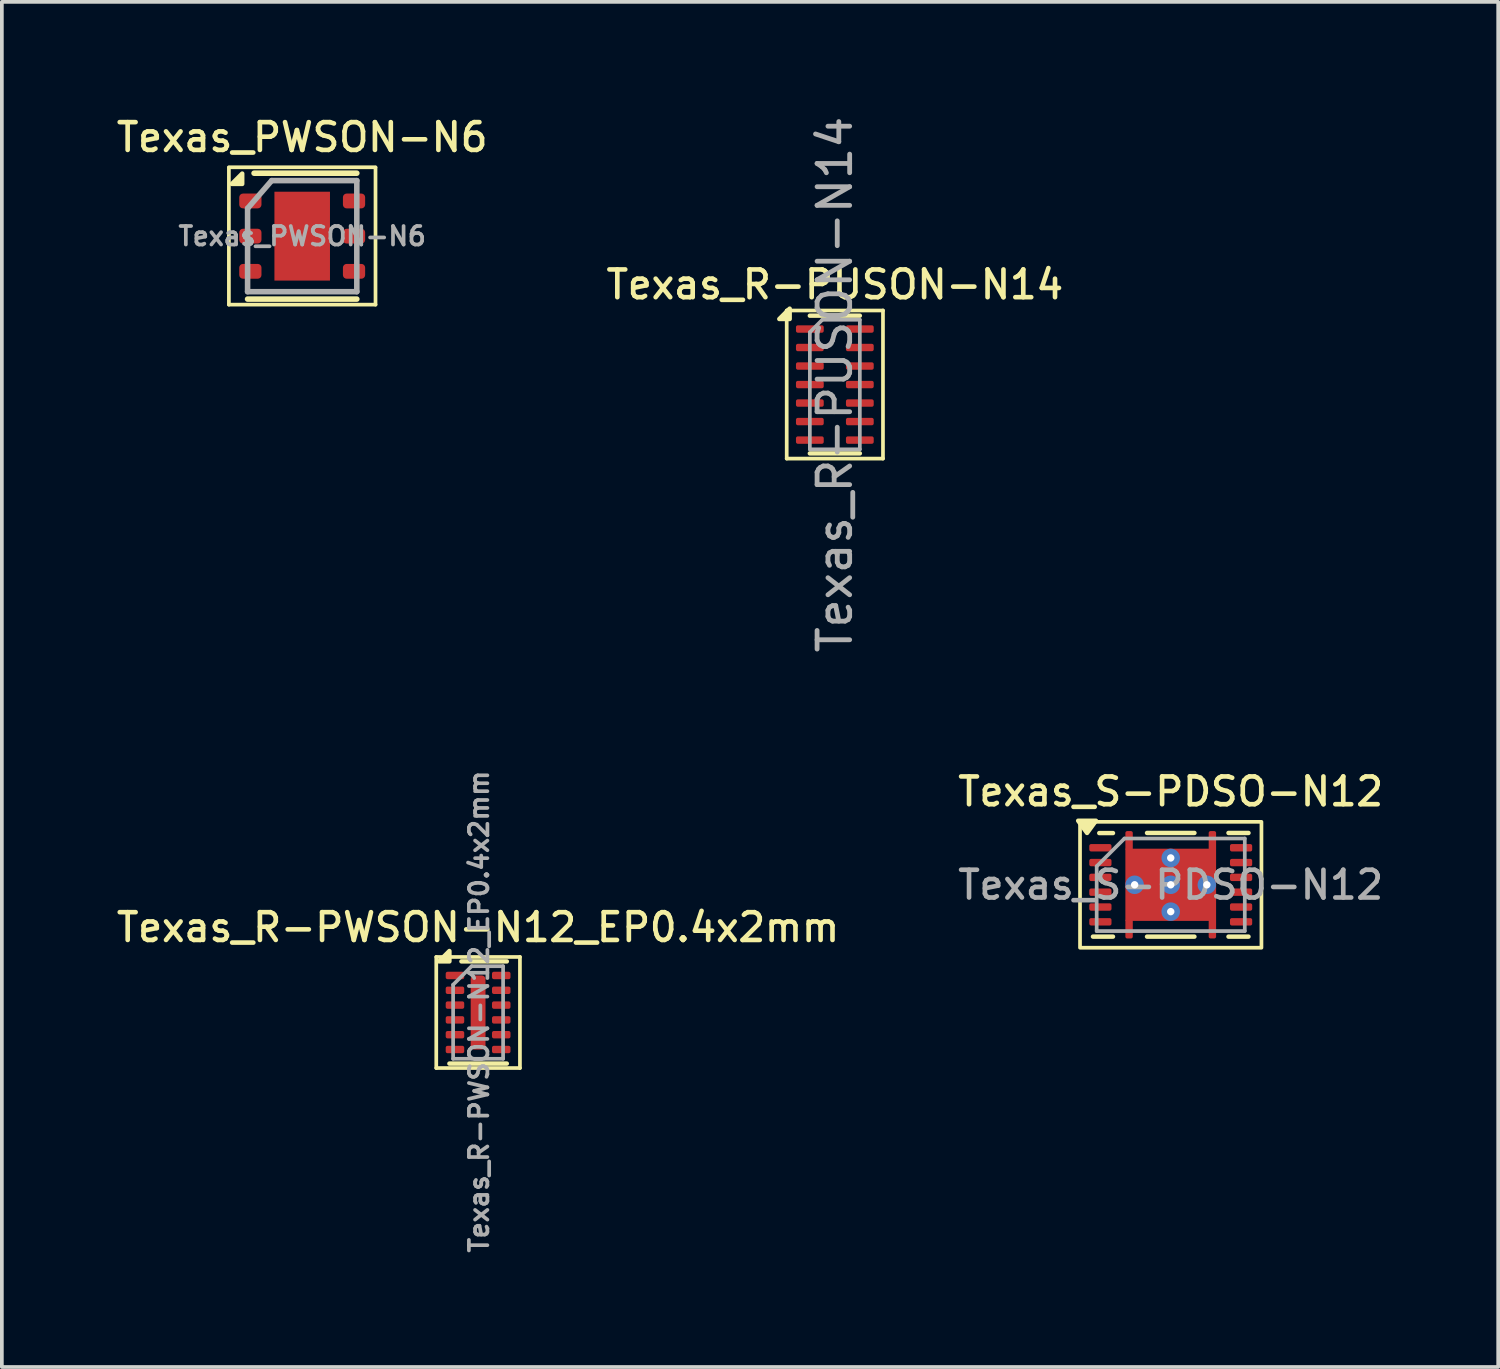
<source format=kicad_pcb>
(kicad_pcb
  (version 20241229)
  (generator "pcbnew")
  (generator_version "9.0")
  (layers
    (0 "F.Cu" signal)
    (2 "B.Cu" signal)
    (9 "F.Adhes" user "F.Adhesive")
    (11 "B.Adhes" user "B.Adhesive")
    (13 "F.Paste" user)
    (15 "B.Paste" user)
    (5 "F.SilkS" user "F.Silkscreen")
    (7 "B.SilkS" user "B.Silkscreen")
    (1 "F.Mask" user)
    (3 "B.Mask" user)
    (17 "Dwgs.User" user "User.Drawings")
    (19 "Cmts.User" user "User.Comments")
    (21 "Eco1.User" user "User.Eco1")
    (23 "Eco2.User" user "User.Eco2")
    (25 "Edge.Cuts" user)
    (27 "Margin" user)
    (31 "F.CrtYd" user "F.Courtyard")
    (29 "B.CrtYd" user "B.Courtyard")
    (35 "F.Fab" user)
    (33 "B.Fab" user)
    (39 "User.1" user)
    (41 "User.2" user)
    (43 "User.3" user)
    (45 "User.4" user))
  (footprint "Texas_R-PWSON-N12_EP0.4x2mm"
    (layer "F.Cu")
    (at 9.863 24.296)
    (property "Reference" "Texas_R-PWSON-N12_EP0.4x2mm" (at 0 -2.3 0) (layer "F.SilkS") (effects (font (size 0.75 0.75) (thickness 0.125))))
    (attr smd)
    (fp_line (start -1.13 -1.5) (end -1.13 1.5) (stroke (width 0.1) (type solid)) (layer "F.SilkS"))
    (fp_line (start -1.13 -1.5) (end 1.13 -1.5) (stroke (width 0.1) (type solid)) (layer "F.SilkS"))
    (fp_line (start -1.13 1.5) (end 1.13 1.5) (stroke (width 0.1) (type solid)) (layer "F.SilkS"))
    (fp_line (start 0.775 -1.38) (end -0.45 -1.38) (stroke (width 0.12) (type solid)) (layer "F.SilkS"))
    (fp_line (start 0.775 1.38) (end -0.775 1.38) (stroke (width 0.12) (type solid)) (layer "F.SilkS"))
    (fp_line (start 1.13 -1.5) (end 1.13 1.5) (stroke (width 0.1) (type solid)) (layer "F.SilkS"))
    (fp_poly (pts (xy -0.775 -1.38) (xy -1.055 -1.38) (xy -0.775 -1.66) (xy -0.775 -1.38)) (stroke (width 0.12) (type solid)) (fill yes) (layer "F.SilkS"))
    (fp_line (start -0.675 -0.75) (end -0.675 1.25) (stroke (width 0.1) (type solid)) (layer "F.Fab"))
    (fp_line (start -0.675 1.25) (end 0.675 1.25) (stroke (width 0.1) (type solid)) (layer "F.Fab"))
    (fp_line (start -0.175 -1.25) (end -0.675 -0.75) (stroke (width 0.1) (type solid)) (layer "F.Fab"))
    (fp_line (start -0.175 -1.25) (end 0.675 -1.25) (stroke (width 0.1) (type solid)) (layer "F.Fab"))
    (fp_line (start 0.675 -1.25) (end 0.675 1.25) (stroke (width 0.1) (type solid)) (layer "F.Fab"))
    (fp_text user "${REFERENCE}" (at 0.025 -0.025 90) (layer "F.Fab") (effects (font (size 0.5 0.5) (thickness 0.1))))
    (pad "" smd roundrect (at 0 -0.68) (size 0.3 0.55) (layers "F.Paste") (roundrect_rratio 0.25))
    (pad "" smd roundrect (at 0 0) (size 0.3 0.55) (layers "F.Paste") (roundrect_rratio 0.25))
    (pad "" smd roundrect (at 0 0.68) (size 0.3 0.55) (layers "F.Paste") (roundrect_rratio 0.25))
    (pad "1" smd roundrect (at -0.625 -1 90) (size 0.2 0.5) (layers "F.Cu" "F.Mask" "F.Paste") (roundrect_rratio 0.25))
    (pad "2" smd roundrect (at -0.625 -0.6 90) (size 0.2 0.5) (layers "F.Cu" "F.Mask" "F.Paste") (roundrect_rratio 0.25))
    (pad "3" smd roundrect (at -0.625 -0.2 90) (size 0.2 0.5) (layers "F.Cu" "F.Mask" "F.Paste") (roundrect_rratio 0.25))
    (pad "4" smd roundrect (at -0.625 0.2 90) (size 0.2 0.5) (layers "F.Cu" "F.Mask" "F.Paste") (roundrect_rratio 0.25))
    (pad "5" smd roundrect (at -0.625 0.6 90) (size 0.2 0.5) (layers "F.Cu" "F.Mask" "F.Paste") (roundrect_rratio 0.25))
    (pad "6" smd roundrect (at -0.625 1 90) (size 0.2 0.5) (layers "F.Cu" "F.Mask" "F.Paste") (roundrect_rratio 0.25))
    (pad "7" smd roundrect (at 0.625 1 90) (size 0.2 0.5) (layers "F.Cu" "F.Mask" "F.Paste") (roundrect_rratio 0.25))
    (pad "8" smd roundrect (at 0.625 0.6 90) (size 0.2 0.5) (layers "F.Cu" "F.Mask" "F.Paste") (roundrect_rratio 0.25))
    (pad "9" smd roundrect (at 0.625 0.2 90) (size 0.2 0.5) (layers "F.Cu" "F.Mask" "F.Paste") (roundrect_rratio 0.25))
    (pad "10" smd roundrect (at 0.625 -0.2 90) (size 0.2 0.5) (layers "F.Cu" "F.Mask" "F.Paste") (roundrect_rratio 0.25))
    (pad "11" smd roundrect (at 0.625 -0.6 90) (size 0.2 0.5) (layers "F.Cu" "F.Mask" "F.Paste") (roundrect_rratio 0.25))
    (pad "12" smd roundrect (at 0.625 -1 90) (size 0.2 0.5) (layers "F.Cu" "F.Mask" "F.Paste") (roundrect_rratio 0.25))
    (pad "13" smd roundrect (at 0 0) (size 0.4 2) (layers "F.Cu" "F.Mask") (roundrect_rratio 0.25)))
  (footprint "Texas_S-PDSO-N12"
    (layer "F.Cu")
    (at 28.57 20.847)
    (property "Reference" "Texas_S-PDSO-N12" (at -0.001 -2.517 0) (layer "F.SilkS") (effects (font (size 0.75 0.75) (thickness 0.125))))
    (attr smd)
    (fp_line (start -1.56 -1.397) (end -1.93 -1.397) (stroke (width 0.12) (type solid)) (layer "F.SilkS"))
    (fp_line (start -1.56 1.4) (end -2.1 1.4) (stroke (width 0.12) (type solid)) (layer "F.SilkS"))
    (fp_line (start 0.64 -1.4) (end -0.64 -1.4) (stroke (width 0.12) (type solid)) (layer "F.SilkS"))
    (fp_line (start 0.64 1.4) (end -0.64 1.4) (stroke (width 0.12) (type solid)) (layer "F.SilkS"))
    (fp_line (start 1.56 -1.4) (end 2.1 -1.4) (stroke (width 0.12) (type solid)) (layer "F.SilkS"))
    (fp_line (start 1.56 1.4) (end 2.1 1.4) (stroke (width 0.12) (type solid)) (layer "F.SilkS"))
    (fp_rect (start -2.45 -1.7) (end 2.45 1.7) (stroke (width 0.1) (type default)) (fill no) (layer "F.SilkS"))
    (fp_poly (pts (xy -2.26 -1.4) (xy -2.5 -1.73) (xy -2.02 -1.73) (xy -2.26 -1.4)) (stroke (width 0.12) (type solid)) (fill yes) (layer "F.SilkS"))
    (fp_line (start -2 -0.5) (end -2 1.25) (stroke (width 0.1) (type solid)) (layer "F.Fab"))
    (fp_line (start -2 -0.5) (end -1.25 -1.25) (stroke (width 0.1) (type solid)) (layer "F.Fab"))
    (fp_line (start -2 1.25) (end 2 1.25) (stroke (width 0.1) (type solid)) (layer "F.Fab"))
    (fp_line (start -1.25 -1.25) (end 2 -1.25) (stroke (width 0.1) (type solid)) (layer "F.Fab"))
    (fp_line (start 2 1.25) (end 2 -1.25) (stroke (width 0.1) (type solid)) (layer "F.Fab"))
    (fp_text user "${REFERENCE}" (at -0.001 0.003 0) (layer "F.Fab") (effects (font (size 0.75 0.75) (thickness 0.125))))
    (pad "" smd roundrect (at -1.125 -1.262) (size 0.2 0.375) (layers "F.Paste") (roundrect_rratio 0.25))
    (pad "" smd roundrect (at -1.125 1.262) (size 0.2 0.375) (layers "F.Paste") (roundrect_rratio 0.25))
    (pad "" smd roundrect (at -0.64 0) (size 1.08 1.75) (layers "F.Paste") (roundrect_rratio 0.25))
    (pad "" smd roundrect (at 0.64 0) (size 1.08 1.75) (layers "F.Paste") (roundrect_rratio 0.25))
    (pad "" smd roundrect (at 1.125 -1.262) (size 0.2 0.375) (layers "F.Paste") (roundrect_rratio 0.25))
    (pad "" smd roundrect (at 1.125 1.262) (size 0.2 0.375) (layers "F.Paste") (roundrect_rratio 0.25))
    (pad "1" smd roundrect (at -1.9 -1) (size 0.6 0.2) (layers "F.Cu" "F.Mask" "F.Paste") (roundrect_rratio 0.25) (chamfer_ratio 0.2) (chamfer))
    (pad "2" smd roundrect (at -1.9 -0.6) (size 0.6 0.2) (layers "F.Cu" "F.Mask" "F.Paste") (roundrect_rratio 0.25) (chamfer_ratio 0.2) (chamfer))
    (pad "3" smd roundrect (at -1.9 -0.2) (size 0.6 0.2) (layers "F.Cu" "F.Mask" "F.Paste") (roundrect_rratio 0.25) (chamfer_ratio 0.2) (chamfer))
    (pad "4" smd roundrect (at -1.9 0.2) (size 0.6 0.2) (layers "F.Cu" "F.Mask" "F.Paste") (roundrect_rratio 0.25) (chamfer_ratio 0.2) (chamfer))
    (pad "5" smd roundrect (at -1.9 0.6) (size 0.6 0.2) (layers "F.Cu" "F.Mask" "F.Paste") (roundrect_rratio 0.25) (chamfer_ratio 0.2) (chamfer))
    (pad "6" smd roundrect (at -1.9 1) (size 0.6 0.2) (layers "F.Cu" "F.Mask" "F.Paste") (roundrect_rratio 0.25) (chamfer_ratio 0.2) (chamfer))
    (pad "7" smd roundrect (at 1.9 1) (size 0.6 0.2) (layers "F.Cu" "F.Mask" "F.Paste") (roundrect_rratio 0.25) (chamfer_ratio 0.2) (chamfer))
    (pad "8" smd roundrect (at 1.9 0.6) (size 0.6 0.2) (layers "F.Cu" "F.Mask" "F.Paste") (roundrect_rratio 0.25) (chamfer_ratio 0.2) (chamfer))
    (pad "9" smd roundrect (at 1.9 0.2) (size 0.6 0.2) (layers "F.Cu" "F.Mask" "F.Paste") (roundrect_rratio 0.25) (chamfer_ratio 0.2) (chamfer))
    (pad "10" smd roundrect (at 1.9 -0.2) (size 0.6 0.2) (layers "F.Cu" "F.Mask" "F.Paste") (roundrect_rratio 0.25) (chamfer_ratio 0.2) (chamfer))
    (pad "11" smd roundrect (at 1.9 -0.6) (size 0.6 0.2) (layers "F.Cu" "F.Mask" "F.Paste") (roundrect_rratio 0.25) (chamfer_ratio 0.2) (chamfer))
    (pad "12" smd roundrect (at 1.9 -1) (size 0.6 0.2) (layers "F.Cu" "F.Mask" "F.Paste") (roundrect_rratio 0.25) (chamfer_ratio 0.2) (chamfer))
    (pad "13" smd roundrect (at -1.125 -1.188 270) (size 0.525 0.2) (layers "F.Cu" "F.Mask") (roundrect_rratio 0.25))
    (pad "13" smd roundrect (at -1.125 1.188 270) (size 0.525 0.2) (layers "F.Cu" "F.Mask") (roundrect_rratio 0.25))
    (pad "13" thru_hole circle (at -0.975 0) (size 0.5 0.5) (drill 0.2) (property pad_prop_heatsink) (layers "*.Cu"))
    (pad "13" thru_hole circle (at 0 -0.725) (size 0.5 0.5) (drill 0.2) (property pad_prop_heatsink) (layers "*.Cu"))
    (pad "13" thru_hole circle (at 0 0) (size 0.5 0.5) (drill 0.2) (property pad_prop_heatsink) (layers "*.Cu"))
    (pad "13" smd rect (at 0 0 270) (size 1.95 2.45) (layers "F.Cu" "F.Mask"))
    (pad "13" thru_hole circle (at 0 0.725) (size 0.5 0.5) (drill 0.2) (property pad_prop_heatsink) (layers "*.Cu"))
    (pad "13" thru_hole circle (at 0.975 0) (size 0.5 0.5) (drill 0.2) (property pad_prop_heatsink) (layers "*.Cu"))
    (pad "13" smd roundrect (at 1.125 -1.188 270) (size 0.525 0.2) (layers "F.Cu" "F.Mask") (roundrect_rratio 0.25))
    (pad "13" smd roundrect (at 1.125 1.188 270) (size 0.525 0.2) (layers "F.Cu" "F.Mask") (roundrect_rratio 0.25)))
  (footprint "Texas_PWSON-N6"
    (layer "F.Cu")
    (at 5.112 3.328)
    (property "Reference" "Texas_PWSON-N6" (at 0 -2.67 0) (layer "F.SilkS") (effects (font (size 0.75 0.75) (thickness 0.125))))
    (attr smd)
    (fp_line (start -1.98 -1.86) (end 1.98 -1.86) (stroke (width 0.1) (type solid)) (layer "F.SilkS"))
    (fp_line (start -1.98 1.85) (end -1.98 -1.85) (stroke (width 0.1) (type solid)) (layer "F.SilkS"))
    (fp_line (start -1.98 1.85) (end 1.98 1.85) (stroke (width 0.1) (type solid)) (layer "F.SilkS"))
    (fp_line (start 1.475 -1.7) (end -1.3 -1.7) (stroke (width 0.15) (type solid)) (layer "F.SilkS"))
    (fp_line (start 1.475 1.7) (end -1.475 1.7) (stroke (width 0.15) (type solid)) (layer "F.SilkS"))
    (fp_line (start 1.98 1.85) (end 1.98 -1.85) (stroke (width 0.1) (type solid)) (layer "F.SilkS"))
    (fp_poly (pts (xy -1.62 -1.41) (xy -1.9 -1.41) (xy -1.62 -1.69) (xy -1.62 -1.41)) (stroke (width 0.12) (type solid)) (fill yes) (layer "F.SilkS"))
    (fp_line (start -1.475 -0.75) (end -0.825 -1.5) (stroke (width 0.15) (type solid)) (layer "F.Fab"))
    (fp_line (start -1.475 1.5) (end -1.475 -0.75) (stroke (width 0.15) (type solid)) (layer "F.Fab"))
    (fp_line (start 1.475 -1.5) (end -0.825 -1.5) (stroke (width 0.15) (type solid)) (layer "F.Fab"))
    (fp_line (start 1.475 -1.5) (end 1.475 1.5) (stroke (width 0.15) (type solid)) (layer "F.Fab"))
    (fp_line (start 1.475 1.5) (end -1.475 1.5) (stroke (width 0.15) (type solid)) (layer "F.Fab"))
    (fp_text user "${REFERENCE}" (at 0 0 0) (layer "F.Fab") (effects (font (size 0.5 0.5) (thickness 0.1))))
    (pad "" smd roundrect (at -0.4 -0.65) (size 0.6 1) (layers "F.Paste") (roundrect_rratio 0.25))
    (pad "" smd roundrect (at -0.4 0.65) (size 0.6 1) (layers "F.Paste") (roundrect_rratio 0.25))
    (pad "" smd roundrect (at 0.4 -0.65) (size 0.6 1) (layers "F.Paste") (roundrect_rratio 0.25))
    (pad "" smd roundrect (at 0.4 0.65) (size 0.6 1) (layers "F.Paste") (roundrect_rratio 0.25))
    (pad "1" smd roundrect (at -1.4 -0.95) (size 0.6 0.4) (layers "F.Cu" "F.Mask" "F.Paste") (roundrect_rratio 0.25))
    (pad "2" smd roundrect (at -1.4 0) (size 0.6 0.4) (layers "F.Cu" "F.Mask" "F.Paste") (roundrect_rratio 0.25))
    (pad "3" smd roundrect (at -1.4 0.95) (size 0.6 0.4) (layers "F.Cu" "F.Mask" "F.Paste") (roundrect_rratio 0.25))
    (pad "4" smd roundrect (at 1.4 0.95) (size 0.6 0.4) (layers "F.Cu" "F.Mask" "F.Paste") (roundrect_rratio 0.25))
    (pad "5" smd roundrect (at 1.4 0) (size 0.6 0.4) (layers "F.Cu" "F.Mask" "F.Paste") (roundrect_rratio 0.25))
    (pad "6" smd roundrect (at 1.4 -0.95) (size 0.6 0.4) (layers "F.Cu" "F.Mask" "F.Paste") (roundrect_rratio 0.25))
    (pad "7" smd rect (at 0 0) (size 1.5 2.4) (layers "F.Cu" "F.Mask")))
  (footprint "Texas_R-PUSON-N14"
    (layer "F.Cu")
    (at 19.498 7.336)
    (property "Reference" "Texas_R-PUSON-N14" (at 0 -2.7 0) (layer "F.SilkS") (effects (font (size 0.75 0.75) (thickness 0.125))))
    (attr smd)
    (fp_line (start -1.3 -2) (end -1.3 2) (stroke (width 0.1) (type solid)) (layer "F.SilkS"))
    (fp_line (start -1.3 2) (end 1.3 2) (stroke (width 0.1) (type solid)) (layer "F.SilkS"))
    (fp_line (start -0.675 -1.86) (end 0.675 -1.86) (stroke (width 0.12) (type solid)) (layer "F.SilkS"))
    (fp_line (start -0.675 1.86) (end 0.675 1.86) (stroke (width 0.12) (type solid)) (layer "F.SilkS"))
    (fp_line (start 1.3 -2) (end -1.3 -2) (stroke (width 0.1) (type solid)) (layer "F.SilkS"))
    (fp_line (start 1.3 2) (end 1.3 -2) (stroke (width 0.1) (type solid)) (layer "F.SilkS"))
    (fp_poly (pts (xy -1.22 -1.77) (xy -1.5 -1.77) (xy -1.22 -2.05) (xy -1.22 -1.77)) (stroke (width 0.12) (type solid)) (fill yes) (layer "F.SilkS"))
    (fp_line (start -0.675 -1.413) (end -0.338 -1.75) (stroke (width 0.1) (type solid)) (layer "F.Fab"))
    (fp_line (start -0.675 1.75) (end -0.675 -1.413) (stroke (width 0.1) (type solid)) (layer "F.Fab"))
    (fp_line (start -0.338 -1.75) (end 0.675 -1.75) (stroke (width 0.1) (type solid)) (layer "F.Fab"))
    (fp_line (start 0.675 -1.75) (end 0.675 1.75) (stroke (width 0.1) (type solid)) (layer "F.Fab"))
    (fp_line (start 0.675 1.75) (end -0.675 1.75) (stroke (width 0.1) (type solid)) (layer "F.Fab"))
    (fp_text user "${REFERENCE}" (at 0 0 90) (layer "F.Fab") (effects (font (size 0.88 0.88) (thickness 0.13))))
    (pad "1" smd roundrect (at -0.675 -1.5) (size 0.75 0.2) (layers "F.Cu" "F.Mask" "F.Paste") (roundrect_rratio 0.25))
    (pad "2" smd roundrect (at -0.675 -1) (size 0.75 0.2) (layers "F.Cu" "F.Mask" "F.Paste") (roundrect_rratio 0.25))
    (pad "3" smd roundrect (at -0.675 -0.5) (size 0.75 0.2) (layers "F.Cu" "F.Mask" "F.Paste") (roundrect_rratio 0.25))
    (pad "4" smd roundrect (at -0.675 0) (size 0.75 0.2) (layers "F.Cu" "F.Mask" "F.Paste") (roundrect_rratio 0.25))
    (pad "5" smd roundrect (at -0.675 0.5) (size 0.75 0.2) (layers "F.Cu" "F.Mask" "F.Paste") (roundrect_rratio 0.25))
    (pad "6" smd roundrect (at -0.675 1) (size 0.75 0.2) (layers "F.Cu" "F.Mask" "F.Paste") (roundrect_rratio 0.25))
    (pad "7" smd roundrect (at -0.675 1.5) (size 0.75 0.2) (layers "F.Cu" "F.Mask" "F.Paste") (roundrect_rratio 0.25))
    (pad "8" smd roundrect (at 0.675 1.5) (size 0.75 0.2) (layers "F.Cu" "F.Mask" "F.Paste") (roundrect_rratio 0.25))
    (pad "9" smd roundrect (at 0.675 1) (size 0.75 0.2) (layers "F.Cu" "F.Mask" "F.Paste") (roundrect_rratio 0.25))
    (pad "10" smd roundrect (at 0.675 0.5) (size 0.75 0.2) (layers "F.Cu" "F.Mask" "F.Paste") (roundrect_rratio 0.25))
    (pad "11" smd roundrect (at 0.675 0) (size 0.75 0.2) (layers "F.Cu" "F.Mask" "F.Paste") (roundrect_rratio 0.25))
    (pad "12" smd roundrect (at 0.675 -0.5) (size 0.75 0.2) (layers "F.Cu" "F.Mask" "F.Paste") (roundrect_rratio 0.25))
    (pad "13" smd roundrect (at 0.675 -1) (size 0.75 0.2) (layers "F.Cu" "F.Mask" "F.Paste") (roundrect_rratio 0.25))
    (pad "14" smd roundrect (at 0.675 -1.5) (size 0.75 0.2) (layers "F.Cu" "F.Mask" "F.Paste") (roundrect_rratio 0.25)))
  (gr_rect
    (start -3 -3)
    (end 37.414 33.871)
    (stroke (width 0.1) (type default))
    (fill no)
    (layer "Edge.Cuts")))
</source>
